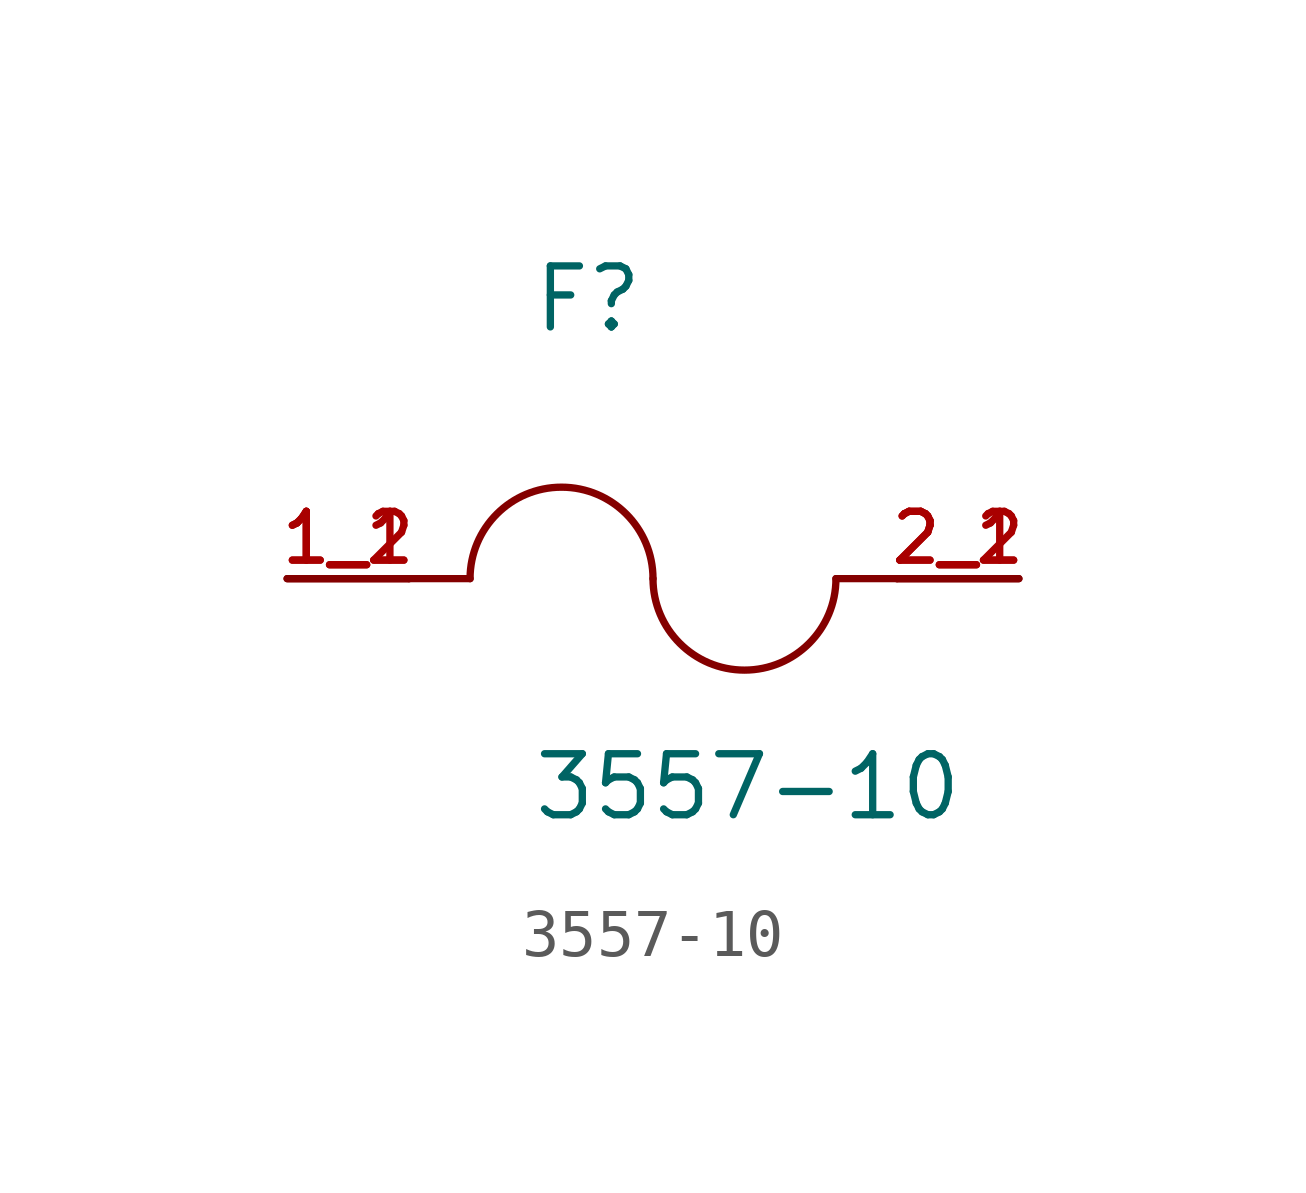
<source format=kicad_sym>
(kicad_symbol_lib
  (version 20211014)
  (generator kicad_symbol_editor)
  (symbol "3557-10"
    (pin_names
      (offset 1.016))
    (property "Reference" "F"
      (at -2.54 5.08 0)
      (effects (font (size 1.27 1.27)) (justify bottom left)))
    (property "Value" "3557-10"
      (at -2.54 -5.08 0)
      (effects (font (size 1.27 1.27)) (justify bottom left)))
    (symbol "3557-10_0_0"
      (arc (start 0.0 0.0) (mid -1.905 1.905) (end -3.81 0.0) (stroke (width 0.1524) (type default) (color 0 0 0 0)) (fill (type none)))
      (arc (start 3.81 0.0) (mid 1.905 -1.905) (end 0.0 0.0) (stroke (width 0.1524) (type default) (color 0 0 0 0)) (fill (type none)))
      (polyline (pts (xy 5.08 0.0) (xy 3.81 0.0)) (stroke (width 0.152)))
      (polyline (pts (xy -5.08 0.0) (xy -3.81 0.0)) (stroke (width 0.152)))
      (pin passive line (at -7.62 0.0 0) (length 2.54) (name "~" (effects (font (size 1.016 1.016)))) (number "1_1" (effects (font (size 1.016 1.016)))))
      (pin passive line (at -7.62 0.0 0) (length 2.54) (name "~" (effects (font (size 1.016 1.016)))) (number "1_2" (effects (font (size 1.016 1.016)))))
      (pin passive line (at 7.62 0.0 180.0) (length 2.54) (name "~" (effects (font (size 1.016 1.016)))) (number "2_1" (effects (font (size 1.016 1.016)))))
      (pin passive line (at 7.62 0.0 180.0) (length 2.54) (name "~" (effects (font (size 1.016 1.016)))) (number "2_2" (effects (font (size 1.016 1.016))))))))
</source>
